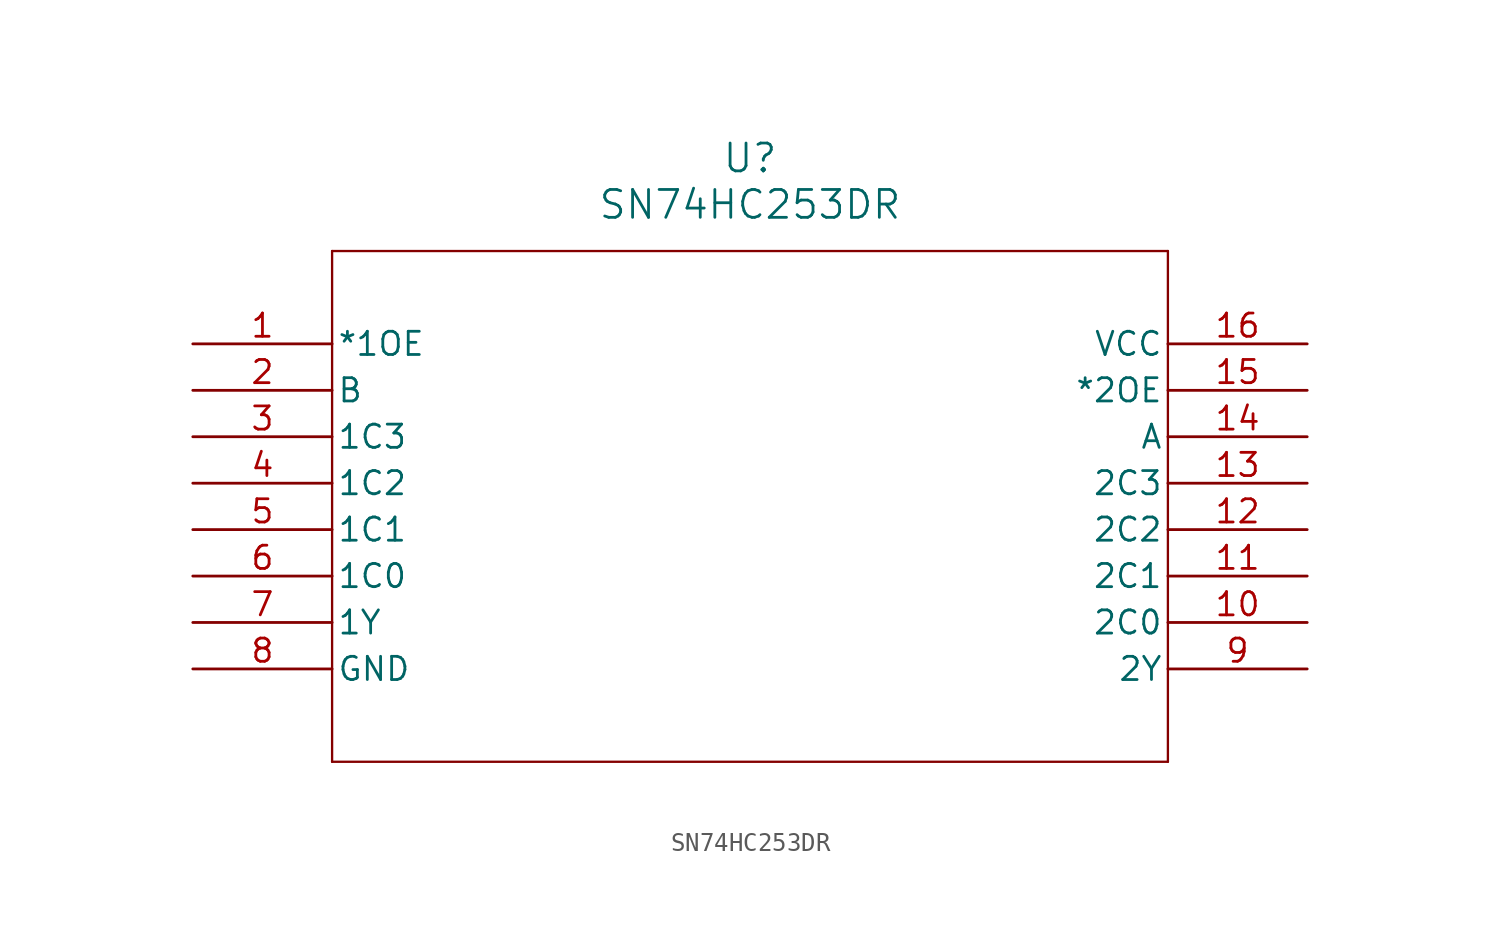
<source format=kicad_sym>
(kicad_symbol_lib
  (version 20211014)
  (generator kicad_symbol_editor)
  (symbol "SN74HC253DR"
    (pin_names
      (offset 0.254))
    (property "Reference" "U"
      (at 30.48 10.16 0)
      (effects (font (size 1.524 1.524))))
    (property "Value" "SN74HC253DR"
      (at 30.48 7.62 0)
      (effects (font (size 1.524 1.524))))
    (symbol "SN74HC253DR_0_1"
      (polyline (pts (xy 7.62 5.08) (xy 7.62 -22.86)) (stroke (width 0.127) (type default) (color 0 0 0 0)) (fill (type none)))
      (polyline (pts (xy 7.62 -22.86) (xy 53.34 -22.86)) (stroke (width 0.127) (type default) (color 0 0 0 0)) (fill (type none)))
      (polyline (pts (xy 53.34 -22.86) (xy 53.34 5.08)) (stroke (width 0.127) (type default) (color 0 0 0 0)) (fill (type none)))
      (polyline (pts (xy 53.34 5.08) (xy 7.62 5.08)) (stroke (width 0.127) (type default) (color 0 0 0 0)) (fill (type none)))
      (pin input line (at 0 0 0) (length 7.62) (name "*1OE" (effects (font (size 1.27 1.27)))) (number "1" (effects (font (size 1.27 1.27)))))
      (pin input line (at 0 -2.54 0) (length 7.62) (name "B" (effects (font (size 1.27 1.27)))) (number "2" (effects (font (size 1.27 1.27)))))
      (pin input line (at 0 -5.08 0) (length 7.62) (name "1C3" (effects (font (size 1.27 1.27)))) (number "3" (effects (font (size 1.27 1.27)))))
      (pin input line (at 0 -7.62 0) (length 7.62) (name "1C2" (effects (font (size 1.27 1.27)))) (number "4" (effects (font (size 1.27 1.27)))))
      (pin input line (at 0 -10.16 0) (length 7.62) (name "1C1" (effects (font (size 1.27 1.27)))) (number "5" (effects (font (size 1.27 1.27)))))
      (pin input line (at 0 -12.7 0) (length 7.62) (name "1C0" (effects (font (size 1.27 1.27)))) (number "6" (effects (font (size 1.27 1.27)))))
      (pin output line (at 0 -15.24 0) (length 7.62) (name "1Y" (effects (font (size 1.27 1.27)))) (number "7" (effects (font (size 1.27 1.27)))))
      (pin power_in line (at 0 -17.78 0) (length 7.62) (name "GND" (effects (font (size 1.27 1.27)))) (number "8" (effects (font (size 1.27 1.27)))))
      (pin output line (at 60.96 -17.78 180) (length 7.62) (name "2Y" (effects (font (size 1.27 1.27)))) (number "9" (effects (font (size 1.27 1.27)))))
      (pin input line (at 60.96 -15.24 180) (length 7.62) (name "2C0" (effects (font (size 1.27 1.27)))) (number "10" (effects (font (size 1.27 1.27)))))
      (pin input line (at 60.96 -12.7 180) (length 7.62) (name "2C1" (effects (font (size 1.27 1.27)))) (number "11" (effects (font (size 1.27 1.27)))))
      (pin input line (at 60.96 -10.16 180) (length 7.62) (name "2C2" (effects (font (size 1.27 1.27)))) (number "12" (effects (font (size 1.27 1.27)))))
      (pin input line (at 60.96 -7.62 180) (length 7.62) (name "2C3" (effects (font (size 1.27 1.27)))) (number "13" (effects (font (size 1.27 1.27)))))
      (pin input line (at 60.96 -5.08 180) (length 7.62) (name "A" (effects (font (size 1.27 1.27)))) (number "14" (effects (font (size 1.27 1.27)))))
      (pin input line (at 60.96 -2.54 180) (length 7.62) (name "*2OE" (effects (font (size 1.27 1.27)))) (number "15" (effects (font (size 1.27 1.27)))))
      (pin power_in line (at 60.96 0 180) (length 7.62) (name "VCC" (effects (font (size 1.27 1.27)))) (number "16" (effects (font (size 1.27 1.27))))))))
</source>
